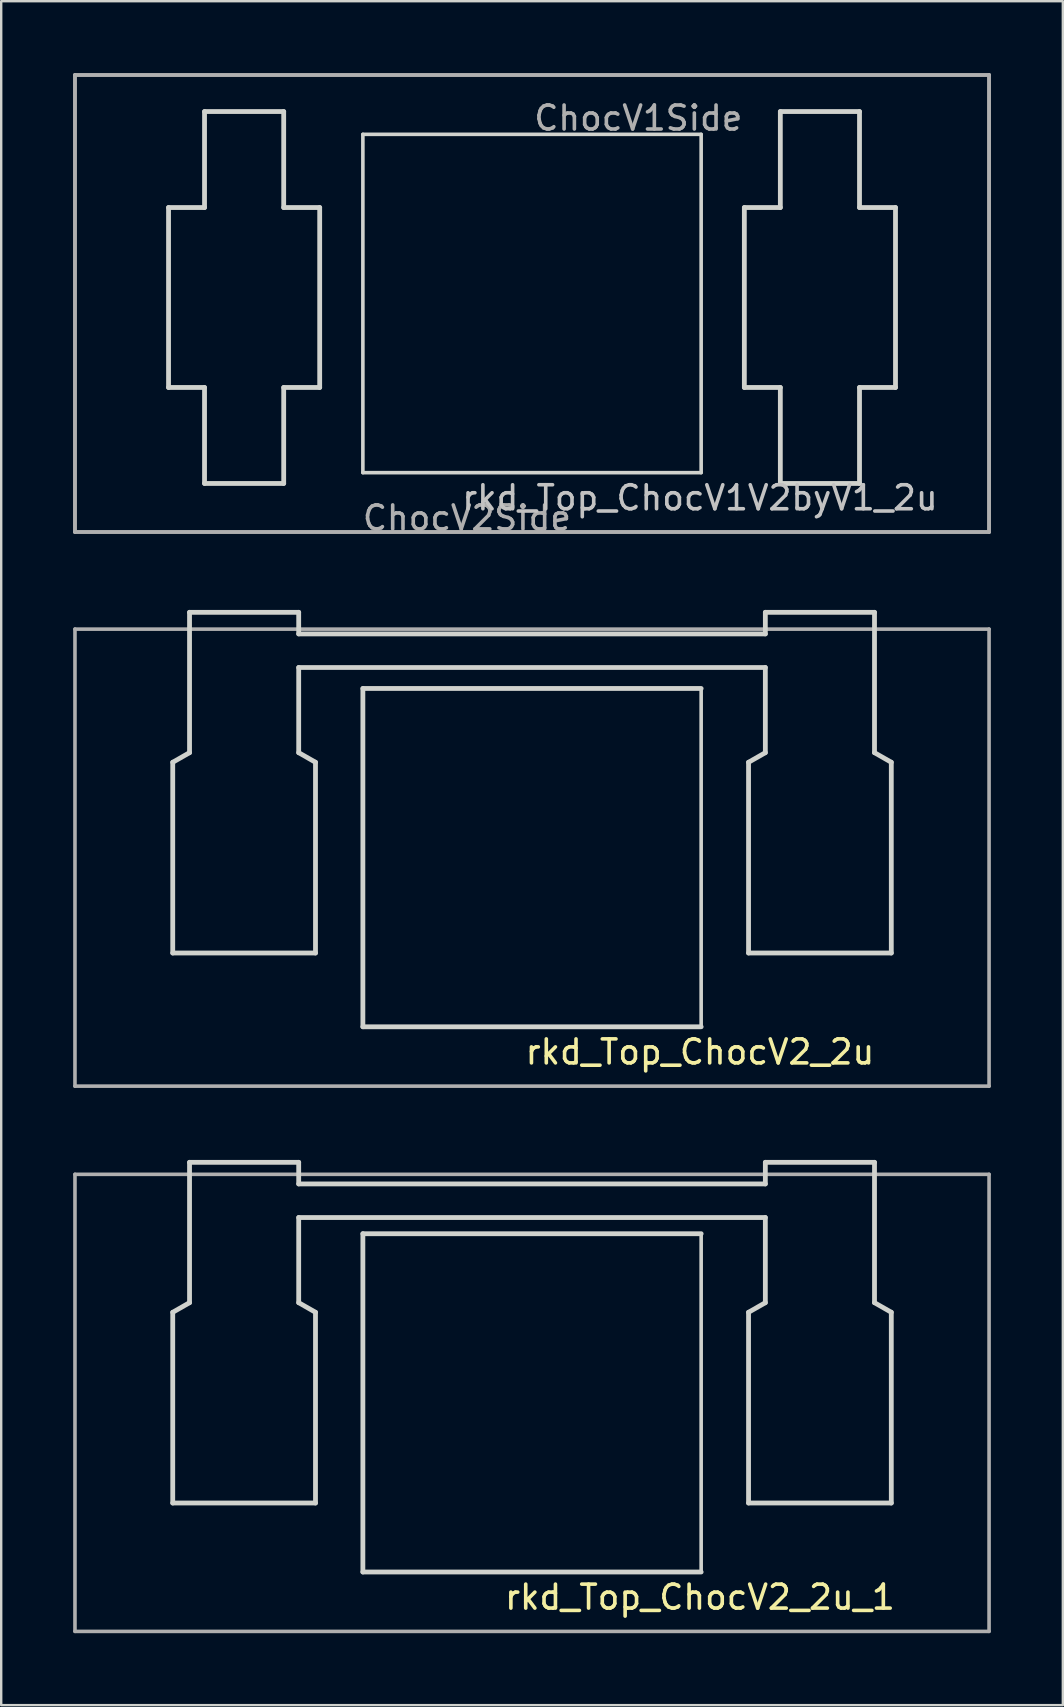
<source format=kicad_pcb>
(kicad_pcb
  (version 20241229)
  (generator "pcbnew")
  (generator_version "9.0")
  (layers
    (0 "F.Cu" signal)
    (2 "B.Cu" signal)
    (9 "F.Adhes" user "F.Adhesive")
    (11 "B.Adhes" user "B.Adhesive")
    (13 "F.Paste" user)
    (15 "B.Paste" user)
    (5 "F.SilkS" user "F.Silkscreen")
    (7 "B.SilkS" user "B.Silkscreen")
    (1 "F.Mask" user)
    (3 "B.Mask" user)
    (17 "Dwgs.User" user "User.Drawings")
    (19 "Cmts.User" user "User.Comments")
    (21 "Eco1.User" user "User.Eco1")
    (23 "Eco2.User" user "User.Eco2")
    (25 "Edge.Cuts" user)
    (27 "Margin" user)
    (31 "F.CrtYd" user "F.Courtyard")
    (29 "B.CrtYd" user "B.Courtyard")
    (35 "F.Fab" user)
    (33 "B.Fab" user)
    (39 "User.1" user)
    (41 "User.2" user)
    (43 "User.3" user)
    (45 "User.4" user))
  (footprint "rkd_Top_ChocV2_2u_1"
    (layer "F.Cu")
    (at 19.125 55.422)
    (property "Reference" "rkd_Top_ChocV2_2u_1" (at 7 8.1 0) (layer "F.SilkS") (effects (font (size 1 1) (thickness 0.15))))
    (attr through_hole)
    (fp_line (start -14.975 -3.775) (end -14.975 4.175) (stroke (width 0.2) (type solid)) (layer "Edge.Cuts"))
    (fp_line (start -14.275 -10.025) (end -9.725 -10.025) (stroke (width 0.2) (type solid)) (layer "Edge.Cuts"))
    (fp_line (start -14.275 -4.175) (end -14.975 -3.775) (stroke (width 0.2) (type default)) (layer "Edge.Cuts"))
    (fp_line (start -14.275 -4.175) (end -14.275 -10.025) (stroke (width 0.2) (type solid)) (layer "Edge.Cuts"))
    (fp_line (start -9.725 -9.125) (end -9.725 -10.025) (stroke (width 0.2) (type solid)) (layer "Edge.Cuts"))
    (fp_line (start -9.725 -9.125) (end 9.725 -9.125) (stroke (width 0.2) (type solid)) (layer "Edge.Cuts"))
    (fp_line (start -9.725 -7.725) (end 9.725 -7.725) (stroke (width 0.2) (type solid)) (layer "Edge.Cuts"))
    (fp_line (start -9.725 -4.175) (end -9.725 -7.725) (stroke (width 0.2) (type solid)) (layer "Edge.Cuts"))
    (fp_line (start -9.725 -4.175) (end -9.025 -3.775) (stroke (width 0.2) (type default)) (layer "Edge.Cuts"))
    (fp_line (start -9.025 -3.775) (end -9.025 4.175) (stroke (width 0.2) (type solid)) (layer "Edge.Cuts"))
    (fp_line (start -9.025 4.175) (end -14.975 4.175) (stroke (width 0.2) (type solid)) (layer "Edge.Cuts"))
    (fp_line (start -7.05 -7.05) (end 7.05 -7.05) (stroke (width 0.2) (type solid)) (layer "Edge.Cuts"))
    (fp_line (start -7.05 7.05) (end -7.05 -7.05) (stroke (width 0.2) (type solid)) (layer "Edge.Cuts"))
    (fp_line (start 7.05 -7.05) (end 7.05 7.05) (stroke (width 0.15) (type solid)) (layer "Edge.Cuts"))
    (fp_line (start 7.05 7.05) (end -7.05 7.05) (stroke (width 0.2) (type solid)) (layer "Edge.Cuts"))
    (fp_line (start 9.025 -3.775) (end 9.025 4.175) (stroke (width 0.2) (type solid)) (layer "Edge.Cuts"))
    (fp_line (start 9.725 -10.025) (end 9.725 -9.125) (stroke (width 0.2) (type solid)) (layer "Edge.Cuts"))
    (fp_line (start 9.725 -10.025) (end 14.275 -10.025) (stroke (width 0.2) (type solid)) (layer "Edge.Cuts"))
    (fp_line (start 9.725 -4.175) (end 9.025 -3.775) (stroke (width 0.2) (type default)) (layer "Edge.Cuts"))
    (fp_line (start 9.725 -4.175) (end 9.725 -7.725) (stroke (width 0.2) (type solid)) (layer "Edge.Cuts"))
    (fp_line (start 14.275 -4.175) (end 14.275 -10.025) (stroke (width 0.2) (type solid)) (layer "Edge.Cuts"))
    (fp_line (start 14.275 -4.175) (end 14.975 -3.775) (stroke (width 0.2) (type default)) (layer "Edge.Cuts"))
    (fp_line (start 14.975 -3.775) (end 14.975 4.175) (stroke (width 0.2) (type solid)) (layer "Edge.Cuts"))
    (fp_line (start 14.975 4.175) (end 9.025 4.175) (stroke (width 0.2) (type solid)) (layer "Edge.Cuts"))
    (fp_line (start -19.05 -9.525) (end -19.05 9.525) (stroke (width 0.15) (type solid)) (layer "F.Fab"))
    (fp_line (start -19.05 9.525) (end 19.05 9.525) (stroke (width 0.15) (type solid)) (layer "F.Fab"))
    (fp_line (start 19.05 -9.525) (end -19.05 -9.525) (stroke (width 0.15) (type solid)) (layer "F.Fab"))
    (fp_line (start 19.05 9.525) (end 19.05 -9.525) (stroke (width 0.15) (type solid)) (layer "F.Fab")))
  (footprint "rkd_Top_ChocV1V2byV1_2u"
    (layer "F.Cu")
    (at 19.125 9.6)
    (property "Reference" "rkd_Top_ChocV1V2byV1_2u" (at 7 8.1 0) (layer "Dwgs.User") (effects (font (size 1 1) (thickness 0.15))))
    (attr through_hole)
    (fp_line (start -15.15 -4) (end -15.15 3.5) (stroke (width 0.2) (type solid)) (layer "Edge.Cuts"))
    (fp_line (start -13.65 -8) (end -13.65 -4) (stroke (width 0.2) (type solid)) (layer "Edge.Cuts"))
    (fp_line (start -13.65 -8) (end -10.35 -8) (stroke (width 0.2) (type solid)) (layer "Edge.Cuts"))
    (fp_line (start -13.65 -4) (end -15.15 -4) (stroke (width 0.2) (type solid)) (layer "Edge.Cuts"))
    (fp_line (start -13.65 3.5) (end -15.15 3.5) (stroke (width 0.2) (type solid)) (layer "Edge.Cuts"))
    (fp_line (start -13.65 7.5) (end -13.65 3.5) (stroke (width 0.2) (type solid)) (layer "Edge.Cuts"))
    (fp_line (start -10.35 -8) (end -10.35 -4) (stroke (width 0.2) (type solid)) (layer "Edge.Cuts"))
    (fp_line (start -10.35 -4) (end -8.85 -4) (stroke (width 0.2) (type solid)) (layer "Edge.Cuts"))
    (fp_line (start -10.35 3.5) (end -8.85 3.5) (stroke (width 0.2) (type solid)) (layer "Edge.Cuts"))
    (fp_line (start -10.35 7.5) (end -13.65 7.5) (stroke (width 0.2) (type solid)) (layer "Edge.Cuts"))
    (fp_line (start -10.35 7.5) (end -10.35 3.5) (stroke (width 0.2) (type solid)) (layer "Edge.Cuts"))
    (fp_line (start -8.85 -4) (end -8.85 3.5) (stroke (width 0.2) (type solid)) (layer "Edge.Cuts"))
    (fp_line (start -7.05 -7.05) (end 7.05 -7.05) (stroke (width 0.15) (type solid)) (layer "Edge.Cuts"))
    (fp_line (start -7.05 7.05) (end -7.05 -7.05) (stroke (width 0.15) (type solid)) (layer "Edge.Cuts"))
    (fp_line (start 7.05 -7.05) (end 7.05 7.05) (stroke (width 0.15) (type solid)) (layer "Edge.Cuts"))
    (fp_line (start 7.05 7.05) (end -7.05 7.05) (stroke (width 0.15) (type solid)) (layer "Edge.Cuts"))
    (fp_line (start 8.85 -4) (end 8.85 3.5) (stroke (width 0.2) (type solid)) (layer "Edge.Cuts"))
    (fp_line (start 10.35 -8) (end 10.35 -4) (stroke (width 0.2) (type solid)) (layer "Edge.Cuts"))
    (fp_line (start 10.35 -8) (end 13.65 -8) (stroke (width 0.2) (type solid)) (layer "Edge.Cuts"))
    (fp_line (start 10.35 -4) (end 8.85 -4) (stroke (width 0.2) (type solid)) (layer "Edge.Cuts"))
    (fp_line (start 10.35 3.5) (end 8.85 3.5) (stroke (width 0.2) (type solid)) (layer "Edge.Cuts"))
    (fp_line (start 10.35 7.5) (end 10.35 3.5) (stroke (width 0.2) (type solid)) (layer "Edge.Cuts"))
    (fp_line (start 13.65 -8) (end 13.65 -4) (stroke (width 0.2) (type solid)) (layer "Edge.Cuts"))
    (fp_line (start 13.65 -4) (end 15.15 -4) (stroke (width 0.2) (type solid)) (layer "Edge.Cuts"))
    (fp_line (start 13.65 3.5) (end 15.15 3.5) (stroke (width 0.2) (type solid)) (layer "Edge.Cuts"))
    (fp_line (start 13.65 7.5) (end 10.35 7.5) (stroke (width 0.2) (type solid)) (layer "Edge.Cuts"))
    (fp_line (start 13.65 7.5) (end 13.65 3.5) (stroke (width 0.2) (type solid)) (layer "Edge.Cuts"))
    (fp_line (start 15.15 -4) (end 15.15 3.5) (stroke (width 0.2) (type solid)) (layer "Edge.Cuts"))
    (fp_line (start -19.05 -9.525) (end -19.05 9.525) (stroke (width 0.15) (type solid)) (layer "F.Fab"))
    (fp_line (start -19.05 -9.525) (end -19.05 9.525) (stroke (width 0.15) (type solid)) (layer "F.Fab"))
    (fp_line (start -19.05 9.525) (end 19.05 9.525) (stroke (width 0.15) (type solid)) (layer "F.Fab"))
    (fp_line (start -19.05 9.525) (end 19.05 9.525) (stroke (width 0.15) (type solid)) (layer "F.Fab"))
    (fp_line (start 19.05 -9.525) (end -19.05 -9.525) (stroke (width 0.15) (type solid)) (layer "F.Fab"))
    (fp_line (start 19.05 -9.525) (end -19.05 -9.525) (stroke (width 0.15) (type solid)) (layer "F.Fab"))
    (fp_line (start 19.05 9.525) (end 19.05 -9.525) (stroke (width 0.15) (type solid)) (layer "F.Fab"))
    (fp_line (start 19.05 9.525) (end 19.05 -9.525) (stroke (width 0.15) (type solid)) (layer "F.Fab"))
    (fp_text user "ChocV1Side" (at 0 -7.144 0) (unlocked yes) (layer "F.Fab") (effects (font (size 1 1) (thickness 0.15)) (justify left bottom)))
    (fp_text user "ChocV2Side" (at -7.144 9.525 0) (unlocked yes) (layer "F.Fab") (effects (font (size 1 1) (thickness 0.15)) (justify left bottom))))
  (footprint "rkd_Top_ChocV2_2u"
    (layer "F.Cu")
    (at 19.125 32.697)
    (property "Reference" "rkd_Top_ChocV2_2u" (at 7 8.1 0) (layer "F.SilkS") (effects (font (size 1 1) (thickness 0.15))))
    (attr through_hole)
    (fp_line (start -14.975 -3.975) (end -14.975 3.975) (stroke (width 0.2) (type solid)) (layer "Edge.Cuts"))
    (fp_line (start -14.275 -10.225) (end -9.725 -10.225) (stroke (width 0.2) (type solid)) (layer "Edge.Cuts"))
    (fp_line (start -14.275 -4.375) (end -14.975 -3.975) (stroke (width 0.2) (type default)) (layer "Edge.Cuts"))
    (fp_line (start -14.275 -4.375) (end -14.275 -10.225) (stroke (width 0.2) (type solid)) (layer "Edge.Cuts"))
    (fp_line (start -9.725 -9.325) (end -9.725 -10.225) (stroke (width 0.2) (type solid)) (layer "Edge.Cuts"))
    (fp_line (start -9.725 -9.325) (end 9.725 -9.325) (stroke (width 0.2) (type solid)) (layer "Edge.Cuts"))
    (fp_line (start -9.725 -7.925) (end 9.725 -7.925) (stroke (width 0.2) (type solid)) (layer "Edge.Cuts"))
    (fp_line (start -9.725 -4.375) (end -9.725 -7.925) (stroke (width 0.2) (type solid)) (layer "Edge.Cuts"))
    (fp_line (start -9.725 -4.375) (end -9.025 -3.975) (stroke (width 0.2) (type default)) (layer "Edge.Cuts"))
    (fp_line (start -9.025 -3.975) (end -9.025 3.975) (stroke (width 0.2) (type solid)) (layer "Edge.Cuts"))
    (fp_line (start -9.025 3.975) (end -14.975 3.975) (stroke (width 0.2) (type solid)) (layer "Edge.Cuts"))
    (fp_line (start -7.05 -7.05) (end 7.05 -7.05) (stroke (width 0.2) (type solid)) (layer "Edge.Cuts"))
    (fp_line (start -7.05 7.05) (end -7.05 -7.05) (stroke (width 0.2) (type solid)) (layer "Edge.Cuts"))
    (fp_line (start 7.05 -7.05) (end 7.05 7.05) (stroke (width 0.15) (type solid)) (layer "Edge.Cuts"))
    (fp_line (start 7.05 7.05) (end -7.05 7.05) (stroke (width 0.2) (type solid)) (layer "Edge.Cuts"))
    (fp_line (start 9.025 -3.975) (end 9.025 3.975) (stroke (width 0.2) (type solid)) (layer "Edge.Cuts"))
    (fp_line (start 9.725 -10.225) (end 9.725 -9.325) (stroke (width 0.2) (type solid)) (layer "Edge.Cuts"))
    (fp_line (start 9.725 -10.225) (end 14.275 -10.225) (stroke (width 0.2) (type solid)) (layer "Edge.Cuts"))
    (fp_line (start 9.725 -4.375) (end 9.025 -3.975) (stroke (width 0.2) (type default)) (layer "Edge.Cuts"))
    (fp_line (start 9.725 -4.375) (end 9.725 -7.925) (stroke (width 0.2) (type solid)) (layer "Edge.Cuts"))
    (fp_line (start 14.275 -4.375) (end 14.275 -10.225) (stroke (width 0.2) (type solid)) (layer "Edge.Cuts"))
    (fp_line (start 14.275 -4.375) (end 14.975 -3.975) (stroke (width 0.2) (type default)) (layer "Edge.Cuts"))
    (fp_line (start 14.975 -3.975) (end 14.975 3.975) (stroke (width 0.2) (type solid)) (layer "Edge.Cuts"))
    (fp_line (start 14.975 3.975) (end 9.025 3.975) (stroke (width 0.2) (type solid)) (layer "Edge.Cuts"))
    (fp_line (start -19.05 -9.525) (end -19.05 9.525) (stroke (width 0.15) (type solid)) (layer "F.Fab"))
    (fp_line (start -19.05 9.525) (end 19.05 9.525) (stroke (width 0.15) (type solid)) (layer "F.Fab"))
    (fp_line (start 19.05 -9.525) (end -19.05 -9.525) (stroke (width 0.15) (type solid)) (layer "F.Fab"))
    (fp_line (start 19.05 9.525) (end 19.05 -9.525) (stroke (width 0.15) (type solid)) (layer "F.Fab")))
  (gr_rect
    (start -3 -3)
    (end 41.25 68.022)
    (stroke (width 0.1) (type default))
    (fill no)
    (layer "Edge.Cuts")))
</source>
